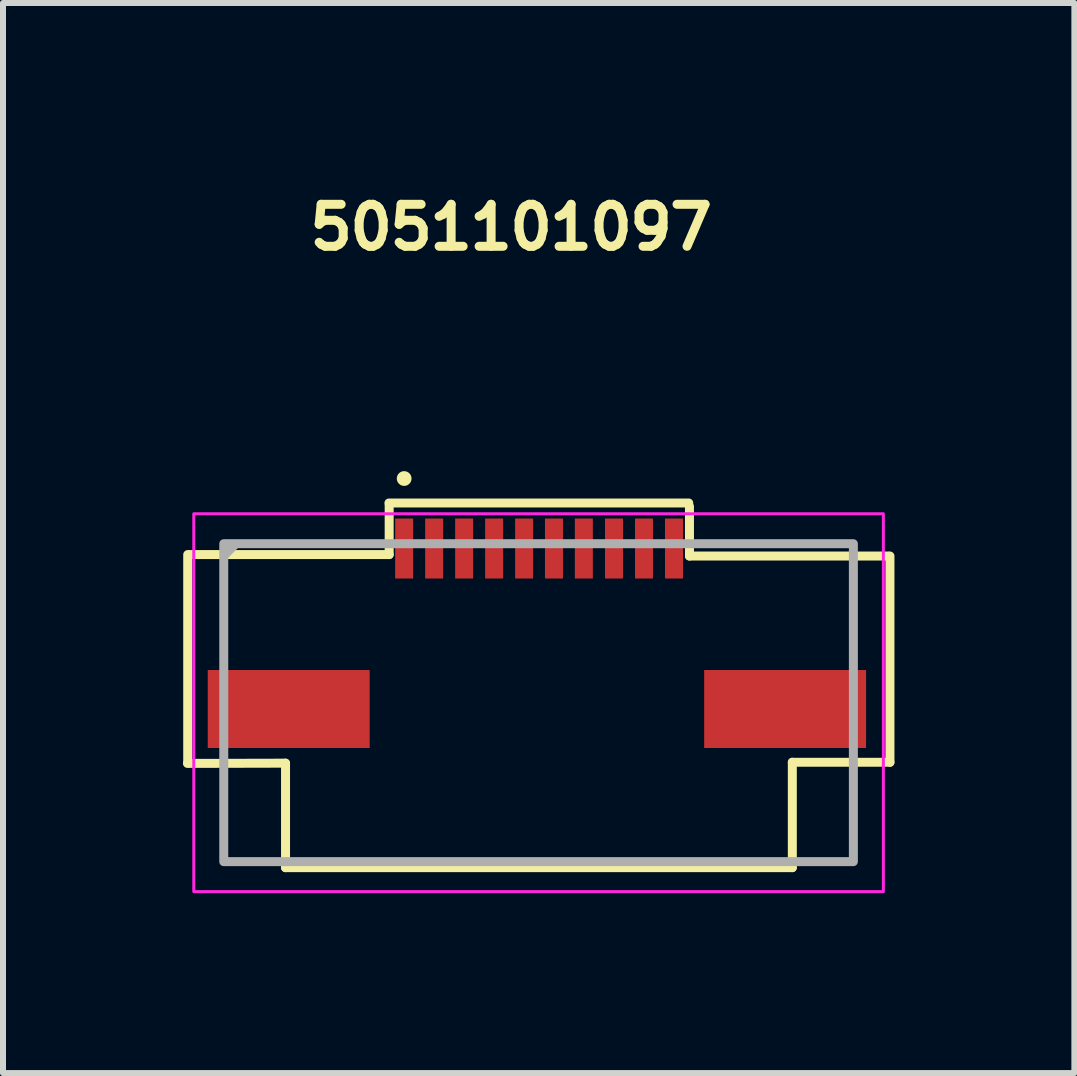
<source format=kicad_pcb>
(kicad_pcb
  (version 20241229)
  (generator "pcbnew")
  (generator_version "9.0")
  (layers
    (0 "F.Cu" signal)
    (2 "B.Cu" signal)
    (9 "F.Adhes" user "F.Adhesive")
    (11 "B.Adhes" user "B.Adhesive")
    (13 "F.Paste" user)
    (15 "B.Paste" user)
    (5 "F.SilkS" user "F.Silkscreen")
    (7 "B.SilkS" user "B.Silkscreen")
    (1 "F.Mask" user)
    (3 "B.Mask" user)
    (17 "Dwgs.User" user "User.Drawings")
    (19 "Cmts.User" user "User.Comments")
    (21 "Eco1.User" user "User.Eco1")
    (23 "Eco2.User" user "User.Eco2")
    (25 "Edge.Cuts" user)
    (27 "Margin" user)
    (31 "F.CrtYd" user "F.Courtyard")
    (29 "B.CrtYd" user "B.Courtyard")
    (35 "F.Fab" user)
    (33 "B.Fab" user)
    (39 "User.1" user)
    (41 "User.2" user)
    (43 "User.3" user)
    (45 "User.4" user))
  (footprint "5051101097"
    (layer "F.Cu")
    (at 5.931 8.668)
    (property "Reference" "5051101097" (at -3.891 -7.518 0) (layer "F.SilkS") (effects (font (size 0.7 0.7) (thickness 0.15)) (justify left bottom)))
    (attr smd)
    (fp_line (start -5.851 0.979) (end -5.851 -2.471) (stroke (width 0.15) (type solid)) (layer "F.SilkS"))
    (fp_line (start -5.821 -2.471) (end -2.492 -2.471) (stroke (width 0.15) (type solid)) (layer "F.SilkS"))
    (fp_line (start -4.22 1.007) (end -5.856 1.011) (stroke (width 0.15) (type solid)) (layer "F.SilkS"))
    (fp_line (start -4.22 1.007) (end -4.22 2.749) (stroke (width 0.15) (type solid)) (layer "F.SilkS"))
    (fp_line (start -4.22 2.749) (end 4.23 2.749) (stroke (width 0.15) (type solid)) (layer "F.SilkS"))
    (fp_line (start -2.496 -3.331) (end 2.503 -3.331) (stroke (width 0.15) (type solid)) (layer "F.SilkS"))
    (fp_line (start -2.492 -2.471) (end -2.492 -3.294) (stroke (width 0.15) (type solid)) (layer "F.SilkS"))
    (fp_line (start 2.515 -2.447) (end 2.515 -3.274) (stroke (width 0.15) (type solid)) (layer "F.SilkS"))
    (fp_line (start 4.23 0.992) (end 4.23 2.749) (stroke (width 0.15) (type solid)) (layer "F.SilkS"))
    (fp_line (start 5.826 -2.447) (end 2.515 -2.447) (stroke (width 0.15) (type solid)) (layer "F.SilkS"))
    (fp_line (start 5.858 0.992) (end 4.23 0.992) (stroke (width 0.15) (type solid)) (layer "F.SilkS"))
    (fp_line (start 5.858 0.992) (end 5.858 -2.447) (stroke (width 0.15) (type solid)) (layer "F.SilkS"))
    (fp_circle (center -2.242 -3.739) (end -2.194 -3.739) (stroke (width 0.15) (type solid)) (fill yes) (layer "F.SilkS"))
    (fp_rect (start -5.75 -3.152) (end 5.748 3.149) (stroke (width 0.05) (type solid)) (fill no) (layer "F.CrtYd"))
    (fp_line (start -5.225 -2.475) (end -5.075 -2.625) (stroke (width 0.15) (type solid)) (layer "F.Fab"))
    (fp_rect (start -5.25 -2.652) (end 5.248 2.649) (stroke (width 0.15) (type solid)) (fill no) (layer "F.Fab"))
    (fp_rect (start -5.25 -2.652) (end 5.248 2.649) (stroke (width 0.1) (type solid)) (fill no) (layer "User.5"))
    (fp_line (start -5.25 -0.019) (end -5.25 -0.01) (stroke (width 0.02) (type solid)) (layer "User.9"))
    (fp_line (start -5.25 -0.01) (end -5.25 0.001) (stroke (width 0.02) (type solid)) (layer "User.9"))
    (fp_line (start -5.25 0.498) (end -5.25 0.001) (stroke (width 0.02) (type solid)) (layer "User.9"))
    (fp_line (start -5.25 0.498) (end -5.25 0.508) (stroke (width 0.02) (type solid)) (layer "User.9"))
    (fp_line (start -5.25 0.508) (end -5.25 0.52) (stroke (width 0.02) (type solid)) (layer "User.9"))
    (fp_line (start -5.25 0.52) (end -5.249 0.53) (stroke (width 0.02) (type solid)) (layer "User.9"))
    (fp_line (start -5.249 -0.03) (end -5.25 -0.019) (stroke (width 0.02) (type solid)) (layer "User.9"))
    (fp_line (start -5.249 0.53) (end -5.247 0.54) (stroke (width 0.02) (type solid)) (layer "User.9"))
    (fp_line (start -5.247 -0.039) (end -5.249 -0.03) (stroke (width 0.02) (type solid)) (layer "User.9"))
    (fp_line (start -5.247 0.54) (end -5.244 0.549) (stroke (width 0.02) (type solid)) (layer "User.9"))
    (fp_line (start -5.244 -0.05) (end -5.247 -0.039) (stroke (width 0.02) (type solid)) (layer "User.9"))
    (fp_line (start -5.244 0.549) (end -5.242 0.559) (stroke (width 0.02) (type solid)) (layer "User.9"))
    (fp_line (start -5.242 -0.06) (end -5.244 -0.05) (stroke (width 0.02) (type solid)) (layer "User.9"))
    (fp_line (start -5.242 0.559) (end -5.239 0.568) (stroke (width 0.02) (type solid)) (layer "User.9"))
    (fp_line (start -5.239 -0.069) (end -5.242 -0.06) (stroke (width 0.02) (type solid)) (layer "User.9"))
    (fp_line (start -5.239 0.568) (end -5.236 0.576) (stroke (width 0.02) (type solid)) (layer "User.9"))
    (fp_line (start -5.236 -0.076) (end -5.239 -0.069) (stroke (width 0.02) (type solid)) (layer "User.9"))
    (fp_line (start -5.236 0.576) (end -5.231 0.584) (stroke (width 0.02) (type solid)) (layer "User.9"))
    (fp_line (start -5.231 -0.087) (end -5.236 -0.076) (stroke (width 0.02) (type solid)) (layer "User.9"))
    (fp_line (start -5.231 0.584) (end -5.228 0.593) (stroke (width 0.02) (type solid)) (layer "User.9"))
    (fp_line (start -5.228 -0.094) (end -5.231 -0.087) (stroke (width 0.02) (type solid)) (layer "User.9"))
    (fp_line (start -5.228 0.593) (end -5.223 0.601) (stroke (width 0.02) (type solid)) (layer "User.9"))
    (fp_line (start -5.223 -0.104) (end -5.228 -0.094) (stroke (width 0.02) (type solid)) (layer "User.9"))
    (fp_line (start -5.223 0.601) (end -5.218 0.609) (stroke (width 0.02) (type solid)) (layer "User.9"))
    (fp_line (start -5.218 -0.11) (end -5.223 -0.104) (stroke (width 0.02) (type solid)) (layer "User.9"))
    (fp_line (start -5.218 0.609) (end -5.212 0.617) (stroke (width 0.02) (type solid)) (layer "User.9"))
    (fp_line (start -5.212 -0.12) (end -5.218 -0.11) (stroke (width 0.02) (type solid)) (layer "User.9"))
    (fp_line (start -5.212 0.617) (end -5.205 0.625) (stroke (width 0.02) (type solid)) (layer "User.9"))
    (fp_line (start -5.205 -0.126) (end -5.212 -0.12) (stroke (width 0.02) (type solid)) (layer "User.9"))
    (fp_line (start -5.205 0.625) (end -5.199 0.633) (stroke (width 0.02) (type solid)) (layer "User.9"))
    (fp_line (start -5.199 -0.136) (end -5.205 -0.126) (stroke (width 0.02) (type solid)) (layer "User.9"))
    (fp_line (start -5.199 0.633) (end -5.194 0.642) (stroke (width 0.02) (type solid)) (layer "User.9"))
    (fp_line (start -5.194 -0.143) (end -5.199 -0.136) (stroke (width 0.02) (type solid)) (layer "User.9"))
    (fp_line (start -5.194 -0.143) (end -5.194 -0.143) (stroke (width 0.02) (type solid)) (layer "User.9"))
    (fp_line (start -5.194 0.642) (end -5.194 0.642) (stroke (width 0.02) (type solid)) (layer "User.9"))
    (fp_line (start -5.194 0.642) (end -5.186 0.649) (stroke (width 0.02) (type solid)) (layer "User.9"))
    (fp_line (start -5.186 -0.148) (end -5.194 -0.143) (stroke (width 0.02) (type solid)) (layer "User.9"))
    (fp_line (start -5.186 0.649) (end -5.178 0.655) (stroke (width 0.02) (type solid)) (layer "User.9"))
    (fp_line (start -5.178 -0.154) (end -5.186 -0.148) (stroke (width 0.02) (type solid)) (layer "User.9"))
    (fp_line (start -5.178 0.655) (end -5.17 0.661) (stroke (width 0.02) (type solid)) (layer "User.9"))
    (fp_line (start -5.17 -0.162) (end -5.178 -0.154) (stroke (width 0.02) (type solid)) (layer "User.9"))
    (fp_line (start -5.17 0.661) (end -5.162 0.667) (stroke (width 0.02) (type solid)) (layer "User.9"))
    (fp_line (start -5.162 -0.168) (end -5.17 -0.162) (stroke (width 0.02) (type solid)) (layer "User.9"))
    (fp_line (start -5.162 0.667) (end -5.154 0.672) (stroke (width 0.02) (type solid)) (layer "User.9"))
    (fp_line (start -5.154 -0.173) (end -5.162 -0.168) (stroke (width 0.02) (type solid)) (layer "User.9"))
    (fp_line (start -5.154 0.672) (end -5.146 0.677) (stroke (width 0.02) (type solid)) (layer "User.9"))
    (fp_line (start -5.146 -0.176) (end -5.154 -0.173) (stroke (width 0.02) (type solid)) (layer "User.9"))
    (fp_line (start -5.146 0.677) (end -5.137 0.681) (stroke (width 0.02) (type solid)) (layer "User.9"))
    (fp_line (start -5.137 -0.18) (end -5.146 -0.176) (stroke (width 0.02) (type solid)) (layer "User.9"))
    (fp_line (start -5.137 0.681) (end -5.127 0.685) (stroke (width 0.02) (type solid)) (layer "User.9"))
    (fp_line (start -5.127 -0.184) (end -5.137 -0.18) (stroke (width 0.02) (type solid)) (layer "User.9"))
    (fp_line (start -5.127 0.685) (end -5.119 0.689) (stroke (width 0.02) (type solid)) (layer "User.9"))
    (fp_line (start -5.119 -0.188) (end -5.127 -0.184) (stroke (width 0.02) (type solid)) (layer "User.9"))
    (fp_line (start -5.119 0.689) (end -5.109 0.692) (stroke (width 0.02) (type solid)) (layer "User.9"))
    (fp_line (start -5.109 -0.191) (end -5.119 -0.188) (stroke (width 0.02) (type solid)) (layer "User.9"))
    (fp_line (start -5.109 0.692) (end -5.101 0.694) (stroke (width 0.02) (type solid)) (layer "User.9"))
    (fp_line (start -5.101 -0.195) (end -5.109 -0.191) (stroke (width 0.02) (type solid)) (layer "User.9"))
    (fp_line (start -5.101 0.694) (end -5.09 0.697) (stroke (width 0.02) (type solid)) (layer "User.9"))
    (fp_line (start -5.09 -0.198) (end -5.101 -0.195) (stroke (width 0.02) (type solid)) (layer "User.9"))
    (fp_line (start -5.09 0.697) (end -5.08 0.698) (stroke (width 0.02) (type solid)) (layer "User.9"))
    (fp_line (start -5.08 -0.199) (end -5.09 -0.198) (stroke (width 0.02) (type solid)) (layer "User.9"))
    (fp_line (start -5.08 0.698) (end -5.071 0.7) (stroke (width 0.02) (type solid)) (layer "User.9"))
    (fp_line (start -5.071 -0.201) (end -5.08 -0.199) (stroke (width 0.02) (type solid)) (layer "User.9"))
    (fp_line (start -5.071 0.7) (end -5.061 0.7) (stroke (width 0.02) (type solid)) (layer "User.9"))
    (fp_line (start -5.061 -0.201) (end -5.071 -0.201) (stroke (width 0.02) (type solid)) (layer "User.9"))
    (fp_line (start -5.061 0.7) (end -5.05 0.7) (stroke (width 0.02) (type solid)) (layer "User.9"))
    (fp_line (start -5.05 -0.202) (end -5.061 -0.201) (stroke (width 0.02) (type solid)) (layer "User.9"))
    (fp_line (start -4.851 -2.601) (end -4.851 -2.25) (stroke (width 0.02) (type solid)) (layer "User.9"))
    (fp_line (start -4.851 -2.25) (end -4.851 1.348) (stroke (width 0.02) (type solid)) (layer "User.9"))
    (fp_line (start -4.851 -0.202) (end -5.05 -0.202) (stroke (width 0.02) (type solid)) (layer "User.9"))
    (fp_line (start -4.851 0.7) (end -5.05 0.7) (stroke (width 0.02) (type solid)) (layer "User.9"))
    (fp_line (start -4.851 1.348) (end -4.202 1.348) (stroke (width 0.02) (type solid)) (layer "User.9"))
    (fp_line (start -4.3 -2.601) (end -4.851 -2.601) (stroke (width 0.02) (type solid)) (layer "User.9"))
    (fp_line (start -4.3 -2.25) (end -4.3 -2.601) (stroke (width 0.02) (type solid)) (layer "User.9"))
    (fp_line (start -4.202 -0.629) (end -2.786 -0.629) (stroke (width 0.02) (type solid)) (layer "User.9"))
    (fp_line (start -4.202 -0.329) (end -4.053 -0.372) (stroke (width 0.02) (type solid)) (layer "User.9"))
    (fp_line (start -4.202 1.348) (end -4.202 -0.832) (stroke (width 0.02) (type solid)) (layer "User.9"))
    (fp_line (start -4.13 -0.24) (end -4.202 -0.261) (stroke (width 0.02) (type solid)) (layer "User.9"))
    (fp_line (start -4.13 -0.163) (end -4.13 -0.24) (stroke (width 0.02) (type solid)) (layer "User.9"))
    (fp_line (start -4.13 0.013) (end -4.13 -0.163) (stroke (width 0.02) (type solid)) (layer "User.9"))
    (fp_line (start -4.13 1.3) (end -4.202 1.3) (stroke (width 0.02) (type solid)) (layer "User.9"))
    (fp_line (start -4.13 1.3) (end -4.13 0.013) (stroke (width 0.02) (type solid)) (layer "User.9"))
    (fp_line (start -4.13 1.3) (end -4.053 1.3) (stroke (width 0.02) (type solid)) (layer "User.9"))
    (fp_line (start -4.053 -0.476) (end -4.053 -0.465) (stroke (width 0.02) (type solid)) (layer "User.9"))
    (fp_line (start -4.053 -0.475) (end -4.053 -0.476) (stroke (width 0.02) (type solid)) (layer "User.9"))
    (fp_line (start -4.053 -0.465) (end -4.053 -0.372) (stroke (width 0.02) (type solid)) (layer "User.9"))
    (fp_line (start -4.053 1.348) (end -4.202 1.348) (stroke (width 0.02) (type solid)) (layer "User.9"))
    (fp_line (start -4.053 1.348) (end -4.053 1.3) (stroke (width 0.02) (type solid)) (layer "User.9"))
    (fp_line (start -4.053 2.548) (end -4.053 1.3) (stroke (width 0.02) (type solid)) (layer "User.9"))
    (fp_line (start -4.053 2.548) (end -2.702 2.548) (stroke (width 0.02) (type solid)) (layer "User.9"))
    (fp_line (start -2.786 -0.688) (end -2.786 -0.629) (stroke (width 0.02) (type solid)) (layer "User.9"))
    (fp_line (start -2.786 -0.476) (end -2.786 -0.629) (stroke (width 0.02) (type solid)) (layer "User.9"))
    (fp_line (start -2.702 2.649) (end -2.702 2.548) (stroke (width 0.02) (type solid)) (layer "User.9"))
    (fp_line (start -2.702 2.649) (end 2.697 2.649) (stroke (width 0.02) (type solid)) (layer "User.9"))
    (fp_line (start -2.355 -0.832) (end -2.355 -0.688) (stroke (width 0.02) (type solid)) (layer "User.9"))
    (fp_line (start -2.355 -0.688) (end -2.786 -0.688) (stroke (width 0.02) (type solid)) (layer "User.9"))
    (fp_line (start -2.355 -0.476) (end -4.053 -0.476) (stroke (width 0.02) (type solid)) (layer "User.9"))
    (fp_line (start -2.355 -0.476) (end -2.355 -0.465) (stroke (width 0.02) (type solid)) (layer "User.9"))
    (fp_line (start -2.355 -0.465) (end -2.355 -0.163) (stroke (width 0.02) (type solid)) (layer "User.9"))
    (fp_line (start -2.355 -0.352) (end -2.327 -0.352) (stroke (width 0.02) (type solid)) (layer "User.9"))
    (fp_line (start -2.355 -0.163) (end -2.355 0.013) (stroke (width 0.02) (type solid)) (layer "User.9"))
    (fp_line (start -2.355 0.013) (end -2.355 0.35) (stroke (width 0.02) (type solid)) (layer "User.9"))
    (fp_line (start -2.355 0.05) (end -2.327 0.05) (stroke (width 0.02) (type solid)) (layer "User.9"))
    (fp_line (start -2.355 0.298) (end -2.327 0.298) (stroke (width 0.02) (type solid)) (layer "User.9"))
    (fp_line (start -2.327 -2.5) (end -2.327 -2.652) (stroke (width 0.02) (type solid)) (layer "User.9"))
    (fp_line (start -2.327 -2.25) (end -2.327 -2.5) (stroke (width 0.02) (type solid)) (layer "User.9"))
    (fp_line (start -2.327 -0.042) (end -2.327 -0.832) (stroke (width 0.02) (type solid)) (layer "User.9"))
    (fp_line (start -2.327 0.173) (end -2.327 -0.042) (stroke (width 0.02) (type solid)) (layer "User.9"))
    (fp_line (start -2.327 0.173) (end -2.327 0.173) (stroke (width 0.02) (type solid)) (layer "User.9"))
    (fp_line (start -2.327 0.261) (end -2.327 0.173) (stroke (width 0.02) (type solid)) (layer "User.9"))
    (fp_line (start -2.327 0.261) (end -2.178 0.261) (stroke (width 0.02) (type solid)) (layer "User.9"))
    (fp_line (start -2.327 0.35) (end -2.327 0.261) (stroke (width 0.02) (type solid)) (layer "User.9"))
    (fp_line (start -2.178 -2.652) (end -2.327 -2.652) (stroke (width 0.02) (type solid)) (layer "User.9"))
    (fp_line (start -2.178 -2.5) (end -2.327 -2.5) (stroke (width 0.02) (type solid)) (layer "User.9"))
    (fp_line (start -2.178 -2.5) (end -2.178 -2.652) (stroke (width 0.02) (type solid)) (layer "User.9"))
    (fp_line (start -2.178 -2.25) (end -2.178 -2.5) (stroke (width 0.02) (type solid)) (layer "User.9"))
    (fp_line (start -2.178 -0.352) (end -2.145 -0.352) (stroke (width 0.02) (type solid)) (layer "User.9"))
    (fp_line (start -2.178 -0.042) (end -2.178 -0.832) (stroke (width 0.02) (type solid)) (layer "User.9"))
    (fp_line (start -2.178 0.05) (end -2.145 0.05) (stroke (width 0.02) (type solid)) (layer "User.9"))
    (fp_line (start -2.178 0.173) (end -2.178 -0.042) (stroke (width 0.02) (type solid)) (layer "User.9"))
    (fp_line (start -2.178 0.173) (end -2.178 0.173) (stroke (width 0.02) (type solid)) (layer "User.9"))
    (fp_line (start -2.178 0.261) (end -2.178 0.173) (stroke (width 0.02) (type solid)) (layer "User.9"))
    (fp_line (start -2.178 0.298) (end -2.145 0.298) (stroke (width 0.02) (type solid)) (layer "User.9"))
    (fp_line (start -2.178 0.35) (end -2.178 0.261) (stroke (width 0.02) (type solid)) (layer "User.9"))
    (fp_line (start -2.145 -0.832) (end -2.145 -0.688) (stroke (width 0.02) (type solid)) (layer "User.9"))
    (fp_line (start -2.145 -0.476) (end -2.145 -0.465) (stroke (width 0.02) (type solid)) (layer "User.9"))
    (fp_line (start -2.145 -0.465) (end -2.145 -0.163) (stroke (width 0.02) (type solid)) (layer "User.9"))
    (fp_line (start -2.145 -0.163) (end -2.145 0.013) (stroke (width 0.02) (type solid)) (layer "User.9"))
    (fp_line (start -2.145 0.013) (end -2.145 0.35) (stroke (width 0.02) (type solid)) (layer "User.9"))
    (fp_line (start -2.145 0.35) (end -2.355 0.35) (stroke (width 0.02) (type solid)) (layer "User.9"))
    (fp_line (start -1.857 -0.832) (end -1.857 -0.688) (stroke (width 0.02) (type solid)) (layer "User.9"))
    (fp_line (start -1.857 -0.688) (end -2.145 -0.688) (stroke (width 0.02) (type solid)) (layer "User.9"))
    (fp_line (start -1.857 -0.476) (end -2.145 -0.476) (stroke (width 0.02) (type solid)) (layer "User.9"))
    (fp_line (start -1.857 -0.476) (end -1.857 -0.465) (stroke (width 0.02) (type solid)) (layer "User.9"))
    (fp_line (start -1.857 -0.465) (end -1.857 -0.163) (stroke (width 0.02) (type solid)) (layer "User.9"))
    (fp_line (start -1.857 -0.352) (end -1.827 -0.352) (stroke (width 0.02) (type solid)) (layer "User.9"))
    (fp_line (start -1.857 -0.163) (end -1.857 0.013) (stroke (width 0.02) (type solid)) (layer "User.9"))
    (fp_line (start -1.857 0.013) (end -1.857 0.35) (stroke (width 0.02) (type solid)) (layer "User.9"))
    (fp_line (start -1.857 0.05) (end -1.827 0.05) (stroke (width 0.02) (type solid)) (layer "User.9"))
    (fp_line (start -1.857 0.298) (end -1.827 0.298) (stroke (width 0.02) (type solid)) (layer "User.9"))
    (fp_line (start -1.827 -2.5) (end -1.827 -2.652) (stroke (width 0.02) (type solid)) (layer "User.9"))
    (fp_line (start -1.827 -2.25) (end -1.827 -2.5) (stroke (width 0.02) (type solid)) (layer "User.9"))
    (fp_line (start -1.827 -0.042) (end -1.827 -0.832) (stroke (width 0.02) (type solid)) (layer "User.9"))
    (fp_line (start -1.827 0.173) (end -1.827 -0.042) (stroke (width 0.02) (type solid)) (layer "User.9"))
    (fp_line (start -1.827 0.173) (end -1.827 0.173) (stroke (width 0.02) (type solid)) (layer "User.9"))
    (fp_line (start -1.827 0.261) (end -1.827 0.173) (stroke (width 0.02) (type solid)) (layer "User.9"))
    (fp_line (start -1.827 0.261) (end -1.676 0.261) (stroke (width 0.02) (type solid)) (layer "User.9"))
    (fp_line (start -1.827 0.35) (end -1.827 0.261) (stroke (width 0.02) (type solid)) (layer "User.9"))
    (fp_line (start -1.676 -2.652) (end -1.827 -2.652) (stroke (width 0.02) (type solid)) (layer "User.9"))
    (fp_line (start -1.676 -2.5) (end -1.827 -2.5) (stroke (width 0.02) (type solid)) (layer "User.9"))
    (fp_line (start -1.676 -2.5) (end -1.676 -2.652) (stroke (width 0.02) (type solid)) (layer "User.9"))
    (fp_line (start -1.676 -2.25) (end -1.676 -2.5) (stroke (width 0.02) (type solid)) (layer "User.9"))
    (fp_line (start -1.676 -0.352) (end -1.645 -0.352) (stroke (width 0.02) (type solid)) (layer "User.9"))
    (fp_line (start -1.676 -0.042) (end -1.676 -0.832) (stroke (width 0.02) (type solid)) (layer "User.9"))
    (fp_line (start -1.676 0.05) (end -1.645 0.05) (stroke (width 0.02) (type solid)) (layer "User.9"))
    (fp_line (start -1.676 0.173) (end -1.676 -0.042) (stroke (width 0.02) (type solid)) (layer "User.9"))
    (fp_line (start -1.676 0.173) (end -1.676 0.173) (stroke (width 0.02) (type solid)) (layer "User.9"))
    (fp_line (start -1.676 0.261) (end -1.676 0.173) (stroke (width 0.02) (type solid)) (layer "User.9"))
    (fp_line (start -1.676 0.298) (end -1.645 0.298) (stroke (width 0.02) (type solid)) (layer "User.9"))
    (fp_line (start -1.676 0.35) (end -1.676 0.261) (stroke (width 0.02) (type solid)) (layer "User.9"))
    (fp_line (start -1.645 -0.832) (end -1.645 -0.688) (stroke (width 0.02) (type solid)) (layer "User.9"))
    (fp_line (start -1.645 -0.476) (end -1.645 -0.465) (stroke (width 0.02) (type solid)) (layer "User.9"))
    (fp_line (start -1.645 -0.465) (end -1.645 -0.163) (stroke (width 0.02) (type solid)) (layer "User.9"))
    (fp_line (start -1.645 -0.163) (end -1.645 0.013) (stroke (width 0.02) (type solid)) (layer "User.9"))
    (fp_line (start -1.645 0.013) (end -1.645 0.35) (stroke (width 0.02) (type solid)) (layer "User.9"))
    (fp_line (start -1.645 0.35) (end -1.857 0.35) (stroke (width 0.02) (type solid)) (layer "User.9"))
    (fp_line (start -1.357 -0.832) (end -1.357 -0.688) (stroke (width 0.02) (type solid)) (layer "User.9"))
    (fp_line (start -1.357 -0.688) (end -1.645 -0.688) (stroke (width 0.02) (type solid)) (layer "User.9"))
    (fp_line (start -1.357 -0.476) (end -1.645 -0.476) (stroke (width 0.02) (type solid)) (layer "User.9"))
    (fp_line (start -1.357 -0.476) (end -1.357 -0.465) (stroke (width 0.02) (type solid)) (layer "User.9"))
    (fp_line (start -1.357 -0.465) (end -1.357 -0.163) (stroke (width 0.02) (type solid)) (layer "User.9"))
    (fp_line (start -1.357 -0.352) (end -1.327 -0.352) (stroke (width 0.02) (type solid)) (layer "User.9"))
    (fp_line (start -1.357 -0.163) (end -1.357 0.013) (stroke (width 0.02) (type solid)) (layer "User.9"))
    (fp_line (start -1.357 0.013) (end -1.357 0.35) (stroke (width 0.02) (type solid)) (layer "User.9"))
    (fp_line (start -1.357 0.05) (end -1.327 0.05) (stroke (width 0.02) (type solid)) (layer "User.9"))
    (fp_line (start -1.357 0.298) (end -1.327 0.298) (stroke (width 0.02) (type solid)) (layer "User.9"))
    (fp_line (start -1.327 -2.5) (end -1.327 -2.652) (stroke (width 0.02) (type solid)) (layer "User.9"))
    (fp_line (start -1.327 -2.25) (end -1.327 -2.5) (stroke (width 0.02) (type solid)) (layer "User.9"))
    (fp_line (start -1.327 -0.042) (end -1.327 -0.832) (stroke (width 0.02) (type solid)) (layer "User.9"))
    (fp_line (start -1.327 0.173) (end -1.327 -0.042) (stroke (width 0.02) (type solid)) (layer "User.9"))
    (fp_line (start -1.327 0.173) (end -1.327 0.173) (stroke (width 0.02) (type solid)) (layer "User.9"))
    (fp_line (start -1.327 0.261) (end -1.327 0.173) (stroke (width 0.02) (type solid)) (layer "User.9"))
    (fp_line (start -1.327 0.261) (end -1.176 0.261) (stroke (width 0.02) (type solid)) (layer "User.9"))
    (fp_line (start -1.327 0.35) (end -1.327 0.261) (stroke (width 0.02) (type solid)) (layer "User.9"))
    (fp_line (start -1.176 -2.652) (end -1.327 -2.652) (stroke (width 0.02) (type solid)) (layer "User.9"))
    (fp_line (start -1.176 -2.5) (end -1.327 -2.5) (stroke (width 0.02) (type solid)) (layer "User.9"))
    (fp_line (start -1.176 -2.5) (end -1.176 -2.652) (stroke (width 0.02) (type solid)) (layer "User.9"))
    (fp_line (start -1.176 -2.25) (end -1.176 -2.5) (stroke (width 0.02) (type solid)) (layer "User.9"))
    (fp_line (start -1.176 -0.352) (end -1.145 -0.352) (stroke (width 0.02) (type solid)) (layer "User.9"))
    (fp_line (start -1.176 -0.042) (end -1.176 -0.832) (stroke (width 0.02) (type solid)) (layer "User.9"))
    (fp_line (start -1.176 0.05) (end -1.145 0.05) (stroke (width 0.02) (type solid)) (layer "User.9"))
    (fp_line (start -1.176 0.173) (end -1.176 -0.042) (stroke (width 0.02) (type solid)) (layer "User.9"))
    (fp_line (start -1.176 0.173) (end -1.176 0.173) (stroke (width 0.02) (type solid)) (layer "User.9"))
    (fp_line (start -1.176 0.261) (end -1.176 0.173) (stroke (width 0.02) (type solid)) (layer "User.9"))
    (fp_line (start -1.176 0.298) (end -1.145 0.298) (stroke (width 0.02) (type solid)) (layer "User.9"))
    (fp_line (start -1.176 0.35) (end -1.176 0.261) (stroke (width 0.02) (type solid)) (layer "User.9"))
    (fp_line (start -1.145 -0.832) (end -1.145 -0.688) (stroke (width 0.02) (type solid)) (layer "User.9"))
    (fp_line (start -1.145 -0.476) (end -1.145 -0.465) (stroke (width 0.02) (type solid)) (layer "User.9"))
    (fp_line (start -1.145 -0.465) (end -1.145 -0.163) (stroke (width 0.02) (type solid)) (layer "User.9"))
    (fp_line (start -1.145 -0.163) (end -1.145 0.013) (stroke (width 0.02) (type solid)) (layer "User.9"))
    (fp_line (start -1.145 0.013) (end -1.145 0.35) (stroke (width 0.02) (type solid)) (layer "User.9"))
    (fp_line (start -1.145 0.35) (end -1.357 0.35) (stroke (width 0.02) (type solid)) (layer "User.9"))
    (fp_line (start -0.856 -0.832) (end -0.856 -0.688) (stroke (width 0.02) (type solid)) (layer "User.9"))
    (fp_line (start -0.856 -0.688) (end -1.145 -0.688) (stroke (width 0.02) (type solid)) (layer "User.9"))
    (fp_line (start -0.856 -0.476) (end -1.145 -0.476) (stroke (width 0.02) (type solid)) (layer "User.9"))
    (fp_line (start -0.856 -0.476) (end -0.856 -0.465) (stroke (width 0.02) (type solid)) (layer "User.9"))
    (fp_line (start -0.856 -0.465) (end -0.856 -0.163) (stroke (width 0.02) (type solid)) (layer "User.9"))
    (fp_line (start -0.856 -0.352) (end -0.828 -0.352) (stroke (width 0.02) (type solid)) (layer "User.9"))
    (fp_line (start -0.856 -0.163) (end -0.856 0.013) (stroke (width 0.02) (type solid)) (layer "User.9"))
    (fp_line (start -0.856 0.013) (end -0.856 0.35) (stroke (width 0.02) (type solid)) (layer "User.9"))
    (fp_line (start -0.856 0.05) (end -0.828 0.05) (stroke (width 0.02) (type solid)) (layer "User.9"))
    (fp_line (start -0.856 0.298) (end -0.828 0.298) (stroke (width 0.02) (type solid)) (layer "User.9"))
    (fp_line (start -0.828 -2.5) (end -0.828 -2.652) (stroke (width 0.02) (type solid)) (layer "User.9"))
    (fp_line (start -0.828 -2.25) (end -0.828 -2.5) (stroke (width 0.02) (type solid)) (layer "User.9"))
    (fp_line (start -0.828 -0.042) (end -0.828 -0.832) (stroke (width 0.02) (type solid)) (layer "User.9"))
    (fp_line (start -0.828 0.173) (end -0.828 -0.042) (stroke (width 0.02) (type solid)) (layer "User.9"))
    (fp_line (start -0.828 0.173) (end -0.828 0.173) (stroke (width 0.02) (type solid)) (layer "User.9"))
    (fp_line (start -0.828 0.261) (end -0.828 0.173) (stroke (width 0.02) (type solid)) (layer "User.9"))
    (fp_line (start -0.828 0.261) (end -0.678 0.261) (stroke (width 0.02) (type solid)) (layer "User.9"))
    (fp_line (start -0.828 0.35) (end -0.828 0.261) (stroke (width 0.02) (type solid)) (layer "User.9"))
    (fp_line (start -0.678 -2.652) (end -0.828 -2.652) (stroke (width 0.02) (type solid)) (layer "User.9"))
    (fp_line (start -0.678 -2.5) (end -0.828 -2.5) (stroke (width 0.02) (type solid)) (layer "User.9"))
    (fp_line (start -0.678 -2.5) (end -0.678 -2.652) (stroke (width 0.02) (type solid)) (layer "User.9"))
    (fp_line (start -0.678 -2.25) (end -0.678 -2.5) (stroke (width 0.02) (type solid)) (layer "User.9"))
    (fp_line (start -0.678 -0.352) (end -0.648 -0.352) (stroke (width 0.02) (type solid)) (layer "User.9"))
    (fp_line (start -0.678 -0.042) (end -0.678 -0.832) (stroke (width 0.02) (type solid)) (layer "User.9"))
    (fp_line (start -0.678 0.05) (end -0.648 0.05) (stroke (width 0.02) (type solid)) (layer "User.9"))
    (fp_line (start -0.678 0.173) (end -0.678 -0.042) (stroke (width 0.02) (type solid)) (layer "User.9"))
    (fp_line (start -0.678 0.173) (end -0.678 0.173) (stroke (width 0.02) (type solid)) (layer "User.9"))
    (fp_line (start -0.678 0.261) (end -0.678 0.173) (stroke (width 0.02) (type solid)) (layer "User.9"))
    (fp_line (start -0.678 0.298) (end -0.648 0.298) (stroke (width 0.02) (type solid)) (layer "User.9"))
    (fp_line (start -0.678 0.35) (end -0.678 0.261) (stroke (width 0.02) (type solid)) (layer "User.9"))
    (fp_line (start -0.648 -0.832) (end -0.648 -0.688) (stroke (width 0.02) (type solid)) (layer "User.9"))
    (fp_line (start -0.648 -0.476) (end -0.648 -0.465) (stroke (width 0.02) (type solid)) (layer "User.9"))
    (fp_line (start -0.648 -0.465) (end -0.648 -0.163) (stroke (width 0.02) (type solid)) (layer "User.9"))
    (fp_line (start -0.648 -0.163) (end -0.648 0.013) (stroke (width 0.02) (type solid)) (layer "User.9"))
    (fp_line (start -0.648 0.013) (end -0.648 0.35) (stroke (width 0.02) (type solid)) (layer "User.9"))
    (fp_line (start -0.648 0.35) (end -0.856 0.35) (stroke (width 0.02) (type solid)) (layer "User.9"))
    (fp_line (start -0.356 -0.832) (end -0.356 -0.688) (stroke (width 0.02) (type solid)) (layer "User.9"))
    (fp_line (start -0.356 -0.688) (end -0.648 -0.688) (stroke (width 0.02) (type solid)) (layer "User.9"))
    (fp_line (start -0.356 -0.476) (end -0.648 -0.476) (stroke (width 0.02) (type solid)) (layer "User.9"))
    (fp_line (start -0.356 -0.476) (end -0.356 -0.465) (stroke (width 0.02) (type solid)) (layer "User.9"))
    (fp_line (start -0.356 -0.465) (end -0.356 -0.163) (stroke (width 0.02) (type solid)) (layer "User.9"))
    (fp_line (start -0.356 -0.352) (end -0.328 -0.352) (stroke (width 0.02) (type solid)) (layer "User.9"))
    (fp_line (start -0.356 -0.163) (end -0.356 0.013) (stroke (width 0.02) (type solid)) (layer "User.9"))
    (fp_line (start -0.356 0.013) (end -0.356 0.35) (stroke (width 0.02) (type solid)) (layer "User.9"))
    (fp_line (start -0.356 0.05) (end -0.328 0.05) (stroke (width 0.02) (type solid)) (layer "User.9"))
    (fp_line (start -0.356 0.298) (end -0.328 0.298) (stroke (width 0.02) (type solid)) (layer "User.9"))
    (fp_line (start -0.328 -2.5) (end -0.328 -2.652) (stroke (width 0.02) (type solid)) (layer "User.9"))
    (fp_line (start -0.328 -2.25) (end -0.328 -2.5) (stroke (width 0.02) (type solid)) (layer "User.9"))
    (fp_line (start -0.328 -0.042) (end -0.328 -0.832) (stroke (width 0.02) (type solid)) (layer "User.9"))
    (fp_line (start -0.328 0.173) (end -0.328 -0.042) (stroke (width 0.02) (type solid)) (layer "User.9"))
    (fp_line (start -0.328 0.173) (end -0.328 0.173) (stroke (width 0.02) (type solid)) (layer "User.9"))
    (fp_line (start -0.328 0.261) (end -0.328 0.173) (stroke (width 0.02) (type solid)) (layer "User.9"))
    (fp_line (start -0.328 0.261) (end -0.176 0.261) (stroke (width 0.02) (type solid)) (layer "User.9"))
    (fp_line (start -0.328 0.35) (end -0.328 0.261) (stroke (width 0.02) (type solid)) (layer "User.9"))
    (fp_line (start -0.176 -2.652) (end -0.328 -2.652) (stroke (width 0.02) (type solid)) (layer "User.9"))
    (fp_line (start -0.176 -2.5) (end -0.328 -2.5) (stroke (width 0.02) (type solid)) (layer "User.9"))
    (fp_line (start -0.176 -2.5) (end -0.176 -2.652) (stroke (width 0.02) (type solid)) (layer "User.9"))
    (fp_line (start -0.176 -2.25) (end -0.176 -2.5) (stroke (width 0.02) (type solid)) (layer "User.9"))
    (fp_line (start -0.176 -0.352) (end -0.146 -0.352) (stroke (width 0.02) (type solid)) (layer "User.9"))
    (fp_line (start -0.176 -0.042) (end -0.176 -0.832) (stroke (width 0.02) (type solid)) (layer "User.9"))
    (fp_line (start -0.176 0.05) (end -0.146 0.05) (stroke (width 0.02) (type solid)) (layer "User.9"))
    (fp_line (start -0.176 0.173) (end -0.176 -0.042) (stroke (width 0.02) (type solid)) (layer "User.9"))
    (fp_line (start -0.176 0.173) (end -0.176 0.173) (stroke (width 0.02) (type solid)) (layer "User.9"))
    (fp_line (start -0.176 0.261) (end -0.176 0.173) (stroke (width 0.02) (type solid)) (layer "User.9"))
    (fp_line (start -0.176 0.298) (end -0.146 0.298) (stroke (width 0.02) (type solid)) (layer "User.9"))
    (fp_line (start -0.176 0.35) (end -0.176 0.261) (stroke (width 0.02) (type solid)) (layer "User.9"))
    (fp_line (start -0.146 -0.832) (end -0.146 -0.688) (stroke (width 0.02) (type solid)) (layer "User.9"))
    (fp_line (start -0.146 -0.476) (end -0.146 -0.465) (stroke (width 0.02) (type solid)) (layer "User.9"))
    (fp_line (start -0.146 -0.465) (end -0.146 -0.163) (stroke (width 0.02) (type solid)) (layer "User.9"))
    (fp_line (start -0.146 -0.163) (end -0.146 0.013) (stroke (width 0.02) (type solid)) (layer "User.9"))
    (fp_line (start -0.146 0.013) (end -0.146 0.35) (stroke (width 0.02) (type solid)) (layer "User.9"))
    (fp_line (start -0.146 0.35) (end -0.356 0.35) (stroke (width 0.02) (type solid)) (layer "User.9"))
    (fp_line (start 0.144 -0.832) (end 0.144 -0.688) (stroke (width 0.02) (type solid)) (layer "User.9"))
    (fp_line (start 0.144 -0.688) (end -0.146 -0.688) (stroke (width 0.02) (type solid)) (layer "User.9"))
    (fp_line (start 0.144 -0.476) (end -0.146 -0.476) (stroke (width 0.02) (type solid)) (layer "User.9"))
    (fp_line (start 0.144 -0.476) (end 0.144 -0.465) (stroke (width 0.02) (type solid)) (layer "User.9"))
    (fp_line (start 0.144 -0.465) (end 0.144 -0.163) (stroke (width 0.02) (type solid)) (layer "User.9"))
    (fp_line (start 0.144 -0.352) (end 0.174 -0.352) (stroke (width 0.02) (type solid)) (layer "User.9"))
    (fp_line (start 0.144 -0.163) (end 0.144 0.013) (stroke (width 0.02) (type solid)) (layer "User.9"))
    (fp_line (start 0.144 0.013) (end 0.144 0.35) (stroke (width 0.02) (type solid)) (layer "User.9"))
    (fp_line (start 0.144 0.05) (end 0.174 0.05) (stroke (width 0.02) (type solid)) (layer "User.9"))
    (fp_line (start 0.144 0.298) (end 0.174 0.298) (stroke (width 0.02) (type solid)) (layer "User.9"))
    (fp_line (start 0.174 -2.5) (end 0.174 -2.652) (stroke (width 0.02) (type solid)) (layer "User.9"))
    (fp_line (start 0.174 -2.25) (end 0.174 -2.5) (stroke (width 0.02) (type solid)) (layer "User.9"))
    (fp_line (start 0.174 -0.042) (end 0.174 -0.832) (stroke (width 0.02) (type solid)) (layer "User.9"))
    (fp_line (start 0.174 0.173) (end 0.174 -0.042) (stroke (width 0.02) (type solid)) (layer "User.9"))
    (fp_line (start 0.174 0.173) (end 0.174 0.173) (stroke (width 0.02) (type solid)) (layer "User.9"))
    (fp_line (start 0.174 0.261) (end 0.174 0.173) (stroke (width 0.02) (type solid)) (layer "User.9"))
    (fp_line (start 0.174 0.261) (end 0.324 0.261) (stroke (width 0.02) (type solid)) (layer "User.9"))
    (fp_line (start 0.174 0.35) (end 0.174 0.261) (stroke (width 0.02) (type solid)) (layer "User.9"))
    (fp_line (start 0.324 -2.652) (end 0.174 -2.652) (stroke (width 0.02) (type solid)) (layer "User.9"))
    (fp_line (start 0.324 -2.5) (end 0.174 -2.5) (stroke (width 0.02) (type solid)) (layer "User.9"))
    (fp_line (start 0.324 -2.5) (end 0.324 -2.652) (stroke (width 0.02) (type solid)) (layer "User.9"))
    (fp_line (start 0.324 -2.25) (end 0.324 -2.5) (stroke (width 0.02) (type solid)) (layer "User.9"))
    (fp_line (start 0.324 -0.352) (end 0.352 -0.352) (stroke (width 0.02) (type solid)) (layer "User.9"))
    (fp_line (start 0.324 -0.042) (end 0.324 -0.832) (stroke (width 0.02) (type solid)) (layer "User.9"))
    (fp_line (start 0.324 0.05) (end 0.352 0.05) (stroke (width 0.02) (type solid)) (layer "User.9"))
    (fp_line (start 0.324 0.173) (end 0.324 -0.042) (stroke (width 0.02) (type solid)) (layer "User.9"))
    (fp_line (start 0.324 0.173) (end 0.324 0.173) (stroke (width 0.02) (type solid)) (layer "User.9"))
    (fp_line (start 0.324 0.261) (end 0.324 0.173) (stroke (width 0.02) (type solid)) (layer "User.9"))
    (fp_line (start 0.324 0.298) (end 0.352 0.298) (stroke (width 0.02) (type solid)) (layer "User.9"))
    (fp_line (start 0.324 0.35) (end 0.324 0.261) (stroke (width 0.02) (type solid)) (layer "User.9"))
    (fp_line (start 0.352 -0.832) (end 0.352 -0.688) (stroke (width 0.02) (type solid)) (layer "User.9"))
    (fp_line (start 0.352 -0.476) (end 0.352 -0.465) (stroke (width 0.02) (type solid)) (layer "User.9"))
    (fp_line (start 0.352 -0.465) (end 0.352 -0.163) (stroke (width 0.02) (type solid)) (layer "User.9"))
    (fp_line (start 0.352 -0.163) (end 0.352 0.013) (stroke (width 0.02) (type solid)) (layer "User.9"))
    (fp_line (start 0.352 0.013) (end 0.352 0.35) (stroke (width 0.02) (type solid)) (layer "User.9"))
    (fp_line (start 0.352 0.35) (end 0.144 0.35) (stroke (width 0.02) (type solid)) (layer "User.9"))
    (fp_line (start 0.644 -0.832) (end 0.644 -0.688) (stroke (width 0.02) (type solid)) (layer "User.9"))
    (fp_line (start 0.644 -0.688) (end 0.352 -0.688) (stroke (width 0.02) (type solid)) (layer "User.9"))
    (fp_line (start 0.644 -0.476) (end 0.352 -0.476) (stroke (width 0.02) (type solid)) (layer "User.9"))
    (fp_line (start 0.644 -0.476) (end 0.644 -0.465) (stroke (width 0.02) (type solid)) (layer "User.9"))
    (fp_line (start 0.644 -0.465) (end 0.644 -0.163) (stroke (width 0.02) (type solid)) (layer "User.9"))
    (fp_line (start 0.644 -0.352) (end 0.674 -0.352) (stroke (width 0.02) (type solid)) (layer "User.9"))
    (fp_line (start 0.644 -0.163) (end 0.644 0.013) (stroke (width 0.02) (type solid)) (layer "User.9"))
    (fp_line (start 0.644 0.013) (end 0.644 0.35) (stroke (width 0.02) (type solid)) (layer "User.9"))
    (fp_line (start 0.644 0.05) (end 0.674 0.05) (stroke (width 0.02) (type solid)) (layer "User.9"))
    (fp_line (start 0.644 0.298) (end 0.674 0.298) (stroke (width 0.02) (type solid)) (layer "User.9"))
    (fp_line (start 0.674 -2.5) (end 0.674 -2.652) (stroke (width 0.02) (type solid)) (layer "User.9"))
    (fp_line (start 0.674 -2.25) (end 0.674 -2.5) (stroke (width 0.02) (type solid)) (layer "User.9"))
    (fp_line (start 0.674 -0.042) (end 0.674 -0.832) (stroke (width 0.02) (type solid)) (layer "User.9"))
    (fp_line (start 0.674 0.173) (end 0.674 -0.042) (stroke (width 0.02) (type solid)) (layer "User.9"))
    (fp_line (start 0.674 0.173) (end 0.674 0.173) (stroke (width 0.02) (type solid)) (layer "User.9"))
    (fp_line (start 0.674 0.261) (end 0.674 0.173) (stroke (width 0.02) (type solid)) (layer "User.9"))
    (fp_line (start 0.674 0.261) (end 0.824 0.261) (stroke (width 0.02) (type solid)) (layer "User.9"))
    (fp_line (start 0.674 0.35) (end 0.674 0.261) (stroke (width 0.02) (type solid)) (layer "User.9"))
    (fp_line (start 0.824 -2.652) (end 0.674 -2.652) (stroke (width 0.02) (type solid)) (layer "User.9"))
    (fp_line (start 0.824 -2.5) (end 0.674 -2.5) (stroke (width 0.02) (type solid)) (layer "User.9"))
    (fp_line (start 0.824 -2.5) (end 0.824 -2.652) (stroke (width 0.02) (type solid)) (layer "User.9"))
    (fp_line (start 0.824 -2.25) (end 0.824 -2.5) (stroke (width 0.02) (type solid)) (layer "User.9"))
    (fp_line (start 0.824 -0.352) (end 0.852 -0.352) (stroke (width 0.02) (type solid)) (layer "User.9"))
    (fp_line (start 0.824 -0.042) (end 0.824 -0.832) (stroke (width 0.02) (type solid)) (layer "User.9"))
    (fp_line (start 0.824 0.05) (end 0.852 0.05) (stroke (width 0.02) (type solid)) (layer "User.9"))
    (fp_line (start 0.824 0.173) (end 0.824 -0.042) (stroke (width 0.02) (type solid)) (layer "User.9"))
    (fp_line (start 0.824 0.173) (end 0.824 0.173) (stroke (width 0.02) (type solid)) (layer "User.9"))
    (fp_line (start 0.824 0.261) (end 0.824 0.173) (stroke (width 0.02) (type solid)) (layer "User.9"))
    (fp_line (start 0.824 0.298) (end 0.852 0.298) (stroke (width 0.02) (type solid)) (layer "User.9"))
    (fp_line (start 0.824 0.35) (end 0.824 0.261) (stroke (width 0.02) (type solid)) (layer "User.9"))
    (fp_line (start 0.852 -0.832) (end 0.852 -0.688) (stroke (width 0.02) (type solid)) (layer "User.9"))
    (fp_line (start 0.852 -0.476) (end 0.852 -0.465) (stroke (width 0.02) (type solid)) (layer "User.9"))
    (fp_line (start 0.852 -0.465) (end 0.852 -0.163) (stroke (width 0.02) (type solid)) (layer "User.9"))
    (fp_line (start 0.852 -0.163) (end 0.852 0.013) (stroke (width 0.02) (type solid)) (layer "User.9"))
    (fp_line (start 0.852 0.013) (end 0.852 0.35) (stroke (width 0.02) (type solid)) (layer "User.9"))
    (fp_line (start 0.852 0.35) (end 0.644 0.35) (stroke (width 0.02) (type solid)) (layer "User.9"))
    (fp_line (start 1.144 -0.832) (end 1.144 -0.688) (stroke (width 0.02) (type solid)) (layer "User.9"))
    (fp_line (start 1.144 -0.688) (end 0.852 -0.688) (stroke (width 0.02) (type solid)) (layer "User.9"))
    (fp_line (start 1.144 -0.476) (end 0.852 -0.476) (stroke (width 0.02) (type solid)) (layer "User.9"))
    (fp_line (start 1.144 -0.476) (end 1.144 -0.465) (stroke (width 0.02) (type solid)) (layer "User.9"))
    (fp_line (start 1.144 -0.465) (end 1.144 -0.163) (stroke (width 0.02) (type solid)) (layer "User.9"))
    (fp_line (start 1.144 -0.352) (end 1.173 -0.352) (stroke (width 0.02) (type solid)) (layer "User.9"))
    (fp_line (start 1.144 -0.163) (end 1.144 0.013) (stroke (width 0.02) (type solid)) (layer "User.9"))
    (fp_line (start 1.144 0.013) (end 1.144 0.35) (stroke (width 0.02) (type solid)) (layer "User.9"))
    (fp_line (start 1.144 0.05) (end 1.173 0.05) (stroke (width 0.02) (type solid)) (layer "User.9"))
    (fp_line (start 1.144 0.298) (end 1.173 0.298) (stroke (width 0.02) (type solid)) (layer "User.9"))
    (fp_line (start 1.173 -2.5) (end 1.173 -2.652) (stroke (width 0.02) (type solid)) (layer "User.9"))
    (fp_line (start 1.173 -2.25) (end 1.173 -2.5) (stroke (width 0.02) (type solid)) (layer "User.9"))
    (fp_line (start 1.173 -0.042) (end 1.173 -0.832) (stroke (width 0.02) (type solid)) (layer "User.9"))
    (fp_line (start 1.173 0.173) (end 1.173 -0.042) (stroke (width 0.02) (type solid)) (layer "User.9"))
    (fp_line (start 1.173 0.173) (end 1.173 0.173) (stroke (width 0.02) (type solid)) (layer "User.9"))
    (fp_line (start 1.173 0.261) (end 1.173 0.173) (stroke (width 0.02) (type solid)) (layer "User.9"))
    (fp_line (start 1.173 0.261) (end 1.324 0.261) (stroke (width 0.02) (type solid)) (layer "User.9"))
    (fp_line (start 1.173 0.35) (end 1.173 0.261) (stroke (width 0.02) (type solid)) (layer "User.9"))
    (fp_line (start 1.324 -2.652) (end 1.173 -2.652) (stroke (width 0.02) (type solid)) (layer "User.9"))
    (fp_line (start 1.324 -2.5) (end 1.173 -2.5) (stroke (width 0.02) (type solid)) (layer "User.9"))
    (fp_line (start 1.324 -2.5) (end 1.324 -2.652) (stroke (width 0.02) (type solid)) (layer "User.9"))
    (fp_line (start 1.324 -2.25) (end 1.324 -2.5) (stroke (width 0.02) (type solid)) (layer "User.9"))
    (fp_line (start 1.324 -0.352) (end 1.354 -0.352) (stroke (width 0.02) (type solid)) (layer "User.9"))
    (fp_line (start 1.324 -0.042) (end 1.324 -0.832) (stroke (width 0.02) (type solid)) (layer "User.9"))
    (fp_line (start 1.324 0.05) (end 1.354 0.05) (stroke (width 0.02) (type solid)) (layer "User.9"))
    (fp_line (start 1.324 0.173) (end 1.324 -0.042) (stroke (width 0.02) (type solid)) (layer "User.9"))
    (fp_line (start 1.324 0.173) (end 1.324 0.173) (stroke (width 0.02) (type solid)) (layer "User.9"))
    (fp_line (start 1.324 0.261) (end 1.324 0.173) (stroke (width 0.02) (type solid)) (layer "User.9"))
    (fp_line (start 1.324 0.298) (end 1.354 0.298) (stroke (width 0.02) (type solid)) (layer "User.9"))
    (fp_line (start 1.324 0.35) (end 1.324 0.261) (stroke (width 0.02) (type solid)) (layer "User.9"))
    (fp_line (start 1.354 -0.832) (end 1.354 -0.688) (stroke (width 0.02) (type solid)) (layer "User.9"))
    (fp_line (start 1.354 -0.476) (end 1.354 -0.465) (stroke (width 0.02) (type solid)) (layer "User.9"))
    (fp_line (start 1.354 -0.465) (end 1.354 -0.163) (stroke (width 0.02) (type solid)) (layer "User.9"))
    (fp_line (start 1.354 -0.163) (end 1.354 0.013) (stroke (width 0.02) (type solid)) (layer "User.9"))
    (fp_line (start 1.354 0.013) (end 1.354 0.35) (stroke (width 0.02) (type solid)) (layer "User.9"))
    (fp_line (start 1.354 0.35) (end 1.144 0.35) (stroke (width 0.02) (type solid)) (layer "User.9"))
    (fp_line (start 1.644 -0.832) (end 1.644 -0.688) (stroke (width 0.02) (type solid)) (layer "User.9"))
    (fp_line (start 1.644 -0.688) (end 1.354 -0.688) (stroke (width 0.02) (type solid)) (layer "User.9"))
    (fp_line (start 1.644 -0.476) (end 1.354 -0.476) (stroke (width 0.02) (type solid)) (layer "User.9"))
    (fp_line (start 1.644 -0.476) (end 1.644 -0.465) (stroke (width 0.02) (type solid)) (layer "User.9"))
    (fp_line (start 1.644 -0.465) (end 1.644 -0.163) (stroke (width 0.02) (type solid)) (layer "User.9"))
    (fp_line (start 1.644 -0.352) (end 1.673 -0.352) (stroke (width 0.02) (type solid)) (layer "User.9"))
    (fp_line (start 1.644 -0.163) (end 1.644 0.013) (stroke (width 0.02) (type solid)) (layer "User.9"))
    (fp_line (start 1.644 0.013) (end 1.644 0.35) (stroke (width 0.02) (type solid)) (layer "User.9"))
    (fp_line (start 1.644 0.05) (end 1.673 0.05) (stroke (width 0.02) (type solid)) (layer "User.9"))
    (fp_line (start 1.644 0.298) (end 1.673 0.298) (stroke (width 0.02) (type solid)) (layer "User.9"))
    (fp_line (start 1.673 -2.5) (end 1.673 -2.652) (stroke (width 0.02) (type solid)) (layer "User.9"))
    (fp_line (start 1.673 -2.25) (end 1.673 -2.5) (stroke (width 0.02) (type solid)) (layer "User.9"))
    (fp_line (start 1.673 -0.042) (end 1.673 -0.832) (stroke (width 0.02) (type solid)) (layer "User.9"))
    (fp_line (start 1.673 0.173) (end 1.673 -0.042) (stroke (width 0.02) (type solid)) (layer "User.9"))
    (fp_line (start 1.673 0.173) (end 1.673 0.173) (stroke (width 0.02) (type solid)) (layer "User.9"))
    (fp_line (start 1.673 0.261) (end 1.673 0.173) (stroke (width 0.02) (type solid)) (layer "User.9"))
    (fp_line (start 1.673 0.261) (end 1.824 0.261) (stroke (width 0.02) (type solid)) (layer "User.9"))
    (fp_line (start 1.673 0.35) (end 1.673 0.261) (stroke (width 0.02) (type solid)) (layer "User.9"))
    (fp_line (start 1.824 -2.652) (end 1.673 -2.652) (stroke (width 0.02) (type solid)) (layer "User.9"))
    (fp_line (start 1.824 -2.5) (end 1.673 -2.5) (stroke (width 0.02) (type solid)) (layer "User.9"))
    (fp_line (start 1.824 -2.5) (end 1.824 -2.652) (stroke (width 0.02) (type solid)) (layer "User.9"))
    (fp_line (start 1.824 -2.25) (end 1.824 -2.5) (stroke (width 0.02) (type solid)) (layer "User.9"))
    (fp_line (start 1.824 -0.352) (end 1.854 -0.352) (stroke (width 0.02) (type solid)) (layer "User.9"))
    (fp_line (start 1.824 -0.042) (end 1.824 -0.832) (stroke (width 0.02) (type solid)) (layer "User.9"))
    (fp_line (start 1.824 0.05) (end 1.854 0.05) (stroke (width 0.02) (type solid)) (layer "User.9"))
    (fp_line (start 1.824 0.173) (end 1.824 -0.042) (stroke (width 0.02) (type solid)) (layer "User.9"))
    (fp_line (start 1.824 0.173) (end 1.824 0.173) (stroke (width 0.02) (type solid)) (layer "User.9"))
    (fp_line (start 1.824 0.261) (end 1.824 0.173) (stroke (width 0.02) (type solid)) (layer "User.9"))
    (fp_line (start 1.824 0.298) (end 1.854 0.298) (stroke (width 0.02) (type solid)) (layer "User.9"))
    (fp_line (start 1.824 0.35) (end 1.824 0.261) (stroke (width 0.02) (type solid)) (layer "User.9"))
    (fp_line (start 1.854 -0.832) (end 1.854 -0.688) (stroke (width 0.02) (type solid)) (layer "User.9"))
    (fp_line (start 1.854 -0.476) (end 1.854 -0.465) (stroke (width 0.02) (type solid)) (layer "User.9"))
    (fp_line (start 1.854 -0.465) (end 1.854 -0.163) (stroke (width 0.02) (type solid)) (layer "User.9"))
    (fp_line (start 1.854 -0.163) (end 1.854 0.013) (stroke (width 0.02) (type solid)) (layer "User.9"))
    (fp_line (start 1.854 0.013) (end 1.854 0.35) (stroke (width 0.02) (type solid)) (layer "User.9"))
    (fp_line (start 1.854 0.35) (end 1.644 0.35) (stroke (width 0.02) (type solid)) (layer "User.9"))
    (fp_line (start 2.144 -0.832) (end 2.144 -0.688) (stroke (width 0.02) (type solid)) (layer "User.9"))
    (fp_line (start 2.144 -0.688) (end 1.854 -0.688) (stroke (width 0.02) (type solid)) (layer "User.9"))
    (fp_line (start 2.144 -0.476) (end 1.854 -0.476) (stroke (width 0.02) (type solid)) (layer "User.9"))
    (fp_line (start 2.144 -0.476) (end 2.144 -0.465) (stroke (width 0.02) (type solid)) (layer "User.9"))
    (fp_line (start 2.144 -0.465) (end 2.144 -0.163) (stroke (width 0.02) (type solid)) (layer "User.9"))
    (fp_line (start 2.144 -0.352) (end 2.172 -0.352) (stroke (width 0.02) (type solid)) (layer "User.9"))
    (fp_line (start 2.144 -0.163) (end 2.144 0.013) (stroke (width 0.02) (type solid)) (layer "User.9"))
    (fp_line (start 2.144 0.013) (end 2.144 0.35) (stroke (width 0.02) (type solid)) (layer "User.9"))
    (fp_line (start 2.144 0.05) (end 2.172 0.05) (stroke (width 0.02) (type solid)) (layer "User.9"))
    (fp_line (start 2.144 0.298) (end 2.172 0.298) (stroke (width 0.02) (type solid)) (layer "User.9"))
    (fp_line (start 2.172 -2.5) (end 2.172 -2.652) (stroke (width 0.02) (type solid)) (layer "User.9"))
    (fp_line (start 2.172 -2.25) (end 2.172 -2.5) (stroke (width 0.02) (type solid)) (layer "User.9"))
    (fp_line (start 2.172 -0.042) (end 2.172 -0.832) (stroke (width 0.02) (type solid)) (layer "User.9"))
    (fp_line (start 2.172 0.173) (end 2.172 -0.042) (stroke (width 0.02) (type solid)) (layer "User.9"))
    (fp_line (start 2.172 0.173) (end 2.172 0.173) (stroke (width 0.02) (type solid)) (layer "User.9"))
    (fp_line (start 2.172 0.261) (end 2.172 0.173) (stroke (width 0.02) (type solid)) (layer "User.9"))
    (fp_line (start 2.172 0.261) (end 2.322 0.261) (stroke (width 0.02) (type solid)) (layer "User.9"))
    (fp_line (start 2.172 0.35) (end 2.172 0.261) (stroke (width 0.02) (type solid)) (layer "User.9"))
    (fp_line (start 2.322 -2.652) (end 2.172 -2.652) (stroke (width 0.02) (type solid)) (layer "User.9"))
    (fp_line (start 2.322 -2.5) (end 2.172 -2.5) (stroke (width 0.02) (type solid)) (layer "User.9"))
    (fp_line (start 2.322 -2.5) (end 2.322 -2.652) (stroke (width 0.02) (type solid)) (layer "User.9"))
    (fp_line (start 2.322 -2.25) (end 2.322 -2.5) (stroke (width 0.02) (type solid)) (layer "User.9"))
    (fp_line (start 2.322 -0.352) (end 2.354 -0.352) (stroke (width 0.02) (type solid)) (layer "User.9"))
    (fp_line (start 2.322 -0.042) (end 2.322 -0.832) (stroke (width 0.02) (type solid)) (layer "User.9"))
    (fp_line (start 2.322 0.05) (end 2.354 0.05) (stroke (width 0.02) (type solid)) (layer "User.9"))
    (fp_line (start 2.322 0.173) (end 2.322 -0.042) (stroke (width 0.02) (type solid)) (layer "User.9"))
    (fp_line (start 2.322 0.173) (end 2.322 0.173) (stroke (width 0.02) (type solid)) (layer "User.9"))
    (fp_line (start 2.322 0.261) (end 2.322 0.173) (stroke (width 0.02) (type solid)) (layer "User.9"))
    (fp_line (start 2.322 0.298) (end 2.354 0.298) (stroke (width 0.02) (type solid)) (layer "User.9"))
    (fp_line (start 2.322 0.35) (end 2.322 0.261) (stroke (width 0.02) (type solid)) (layer "User.9"))
    (fp_line (start 2.354 -0.832) (end 2.354 -0.688) (stroke (width 0.02) (type solid)) (layer "User.9"))
    (fp_line (start 2.354 -0.476) (end 2.354 -0.465) (stroke (width 0.02) (type solid)) (layer "User.9"))
    (fp_line (start 2.354 -0.465) (end 2.354 -0.163) (stroke (width 0.02) (type solid)) (layer "User.9"))
    (fp_line (start 2.354 -0.163) (end 2.354 0.013) (stroke (width 0.02) (type solid)) (layer "User.9"))
    (fp_line (start 2.354 0.013) (end 2.354 0.35) (stroke (width 0.02) (type solid)) (layer "User.9"))
    (fp_line (start 2.354 0.35) (end 2.144 0.35) (stroke (width 0.02) (type solid)) (layer "User.9"))
    (fp_line (start 2.697 2.649) (end 2.697 2.548) (stroke (width 0.02) (type solid)) (layer "User.9"))
    (fp_line (start 2.784 -0.688) (end 2.354 -0.688) (stroke (width 0.02) (type solid)) (layer "User.9"))
    (fp_line (start 2.784 -0.688) (end 2.784 -0.629) (stroke (width 0.02) (type solid)) (layer "User.9"))
    (fp_line (start 2.784 -0.629) (end 4.201 -0.629) (stroke (width 0.02) (type solid)) (layer "User.9"))
    (fp_line (start 2.784 -0.476) (end 2.784 -0.629) (stroke (width 0.02) (type solid)) (layer "User.9"))
    (fp_line (start 4.049 -0.476) (end 2.354 -0.476) (stroke (width 0.02) (type solid)) (layer "User.9"))
    (fp_line (start 4.049 -0.476) (end 4.049 -0.465) (stroke (width 0.02) (type solid)) (layer "User.9"))
    (fp_line (start 4.049 -0.475) (end 4.049 -0.476) (stroke (width 0.02) (type solid)) (layer "User.9"))
    (fp_line (start 4.049 -0.465) (end 4.049 -0.372) (stroke (width 0.02) (type solid)) (layer "User.9"))
    (fp_line (start 4.049 -0.372) (end 4.201 -0.329) (stroke (width 0.02) (type solid)) (layer "User.9"))
    (fp_line (start 4.049 1.3) (end 4.129 1.3) (stroke (width 0.02) (type solid)) (layer "User.9"))
    (fp_line (start 4.049 1.348) (end 4.049 1.3) (stroke (width 0.02) (type solid)) (layer "User.9"))
    (fp_line (start 4.049 2.548) (end 2.697 2.548) (stroke (width 0.02) (type solid)) (layer "User.9"))
    (fp_line (start 4.049 2.548) (end 4.049 1.3) (stroke (width 0.02) (type solid)) (layer "User.9"))
    (fp_line (start 4.129 -0.24) (end 4.129 -0.163) (stroke (width 0.02) (type solid)) (layer "User.9"))
    (fp_line (start 4.129 -0.163) (end 4.129 0.013) (stroke (width 0.02) (type solid)) (layer "User.9"))
    (fp_line (start 4.129 1.3) (end 4.129 0.013) (stroke (width 0.02) (type solid)) (layer "User.9"))
    (fp_line (start 4.201 -0.832) (end -4.202 -0.832) (stroke (width 0.02) (type solid)) (layer "User.9"))
    (fp_line (start 4.201 -0.261) (end 4.129 -0.24) (stroke (width 0.02) (type solid)) (layer "User.9"))
    (fp_line (start 4.201 1.3) (end 4.129 1.3) (stroke (width 0.02) (type solid)) (layer "User.9"))
    (fp_line (start 4.201 1.348) (end 4.049 1.348) (stroke (width 0.02) (type solid)) (layer "User.9"))
    (fp_line (start 4.201 1.348) (end 4.201 -0.832) (stroke (width 0.02) (type solid)) (layer "User.9"))
    (fp_line (start 4.201 1.348) (end 4.849 1.348) (stroke (width 0.02) (type solid)) (layer "User.9"))
    (fp_line (start 4.299 -2.601) (end 4.299 -2.25) (stroke (width 0.02) (type solid)) (layer "User.9"))
    (fp_line (start 4.849 -2.601) (end 4.299 -2.601) (stroke (width 0.02) (type solid)) (layer "User.9"))
    (fp_line (start 4.849 -2.601) (end 4.849 -2.25) (stroke (width 0.02) (type solid)) (layer "User.9"))
    (fp_line (start 4.849 -2.25) (end -4.851 -2.25) (stroke (width 0.02) (type solid)) (layer "User.9"))
    (fp_line (start 4.849 1.348) (end 4.849 -2.25) (stroke (width 0.02) (type solid)) (layer "User.9"))
    (fp_line (start 5.049 -0.202) (end 4.849 -0.202) (stroke (width 0.02) (type solid)) (layer "User.9"))
    (fp_line (start 5.049 0.7) (end 4.849 0.7) (stroke (width 0.02) (type solid)) (layer "User.9"))
    (fp_line (start 5.049 0.7) (end 5.06 0.7) (stroke (width 0.02) (type solid)) (layer "User.9"))
    (fp_line (start 5.06 -0.201) (end 5.049 -0.202) (stroke (width 0.02) (type solid)) (layer "User.9"))
    (fp_line (start 5.06 0.7) (end 5.07 0.699) (stroke (width 0.02) (type solid)) (layer "User.9"))
    (fp_line (start 5.07 -0.2) (end 5.06 -0.201) (stroke (width 0.02) (type solid)) (layer "User.9"))
    (fp_line (start 5.07 0.699) (end 5.078 0.698) (stroke (width 0.02) (type solid)) (layer "User.9"))
    (fp_line (start 5.078 -0.199) (end 5.07 -0.2) (stroke (width 0.02) (type solid)) (layer "User.9"))
    (fp_line (start 5.078 0.698) (end 5.089 0.696) (stroke (width 0.02) (type solid)) (layer "User.9"))
    (fp_line (start 5.089 -0.197) (end 5.078 -0.199) (stroke (width 0.02) (type solid)) (layer "User.9"))
    (fp_line (start 5.089 0.696) (end 5.099 0.694) (stroke (width 0.02) (type solid)) (layer "User.9"))
    (fp_line (start 5.099 -0.195) (end 5.089 -0.197) (stroke (width 0.02) (type solid)) (layer "User.9"))
    (fp_line (start 5.099 0.694) (end 5.108 0.692) (stroke (width 0.02) (type solid)) (layer "User.9"))
    (fp_line (start 5.108 -0.191) (end 5.099 -0.195) (stroke (width 0.02) (type solid)) (layer "User.9"))
    (fp_line (start 5.108 0.692) (end 5.118 0.688) (stroke (width 0.02) (type solid)) (layer "User.9"))
    (fp_line (start 5.118 -0.187) (end 5.108 -0.191) (stroke (width 0.02) (type solid)) (layer "User.9"))
    (fp_line (start 5.118 0.688) (end 5.126 0.685) (stroke (width 0.02) (type solid)) (layer "User.9"))
    (fp_line (start 5.126 -0.184) (end 5.118 -0.187) (stroke (width 0.02) (type solid)) (layer "User.9"))
    (fp_line (start 5.126 0.685) (end 5.137 0.681) (stroke (width 0.02) (type solid)) (layer "User.9"))
    (fp_line (start 5.137 -0.18) (end 5.126 -0.184) (stroke (width 0.02) (type solid)) (layer "User.9"))
    (fp_line (start 5.137 0.681) (end 5.145 0.676) (stroke (width 0.02) (type solid)) (layer "User.9"))
    (fp_line (start 5.145 -0.176) (end 5.137 -0.18) (stroke (width 0.02) (type solid)) (layer "User.9"))
    (fp_line (start 5.145 0.676) (end 5.153 0.672) (stroke (width 0.02) (type solid)) (layer "User.9"))
    (fp_line (start 5.153 -0.173) (end 5.145 -0.176) (stroke (width 0.02) (type solid)) (layer "User.9"))
    (fp_line (start 5.153 0.672) (end 5.161 0.666) (stroke (width 0.02) (type solid)) (layer "User.9"))
    (fp_line (start 5.161 -0.167) (end 5.153 -0.173) (stroke (width 0.02) (type solid)) (layer "User.9"))
    (fp_line (start 5.161 0.666) (end 5.169 0.661) (stroke (width 0.02) (type solid)) (layer "User.9"))
    (fp_line (start 5.169 -0.162) (end 5.161 -0.167) (stroke (width 0.02) (type solid)) (layer "User.9"))
    (fp_line (start 5.169 0.661) (end 5.177 0.655) (stroke (width 0.02) (type solid)) (layer "User.9"))
    (fp_line (start 5.177 -0.154) (end 5.169 -0.162) (stroke (width 0.02) (type solid)) (layer "User.9"))
    (fp_line (start 5.177 0.655) (end 5.185 0.649) (stroke (width 0.02) (type solid)) (layer "User.9"))
    (fp_line (start 5.185 -0.148) (end 5.177 -0.154) (stroke (width 0.02) (type solid)) (layer "User.9"))
    (fp_line (start 5.185 0.649) (end 5.19 0.642) (stroke (width 0.02) (type solid)) (layer "User.9"))
    (fp_line (start 5.19 -0.143) (end 5.185 -0.148) (stroke (width 0.02) (type solid)) (layer "User.9"))
    (fp_line (start 5.19 0.642) (end 5.198 0.633) (stroke (width 0.02) (type solid)) (layer "User.9"))
    (fp_line (start 5.198 -0.136) (end 5.19 -0.143) (stroke (width 0.02) (type solid)) (layer "User.9"))
    (fp_line (start 5.198 0.633) (end 5.203 0.626) (stroke (width 0.02) (type solid)) (layer "User.9"))
    (fp_line (start 5.203 -0.127) (end 5.198 -0.136) (stroke (width 0.02) (type solid)) (layer "User.9"))
    (fp_line (start 5.203 0.626) (end 5.209 0.618) (stroke (width 0.02) (type solid)) (layer "User.9"))
    (fp_line (start 5.209 -0.12) (end 5.203 -0.127) (stroke (width 0.02) (type solid)) (layer "User.9"))
    (fp_line (start 5.209 0.618) (end 5.214 0.61) (stroke (width 0.02) (type solid)) (layer "User.9"))
    (fp_line (start 5.214 -0.111) (end 5.209 -0.12) (stroke (width 0.02) (type solid)) (layer "User.9"))
    (fp_line (start 5.214 0.61) (end 5.219 0.602) (stroke (width 0.02) (type solid)) (layer "User.9"))
    (fp_line (start 5.219 -0.105) (end 5.214 -0.111) (stroke (width 0.02) (type solid)) (layer "User.9"))
    (fp_line (start 5.219 0.602) (end 5.225 0.594) (stroke (width 0.02) (type solid)) (layer "User.9"))
    (fp_line (start 5.225 -0.095) (end 5.219 -0.105) (stroke (width 0.02) (type solid)) (layer "User.9"))
    (fp_line (start 5.225 0.594) (end 5.23 0.585) (stroke (width 0.02) (type solid)) (layer "User.9"))
    (fp_line (start 5.23 -0.088) (end 5.225 -0.095) (stroke (width 0.02) (type solid)) (layer "User.9"))
    (fp_line (start 5.23 0.585) (end 5.233 0.576) (stroke (width 0.02) (type solid)) (layer "User.9"))
    (fp_line (start 5.233 -0.077) (end 5.23 -0.088) (stroke (width 0.02) (type solid)) (layer "User.9"))
    (fp_line (start 5.233 0.576) (end 5.235 0.569) (stroke (width 0.02) (type solid)) (layer "User.9"))
    (fp_line (start 5.235 -0.07) (end 5.233 -0.077) (stroke (width 0.02) (type solid)) (layer "User.9"))
    (fp_line (start 5.235 0.569) (end 5.241 0.56) (stroke (width 0.02) (type solid)) (layer "User.9"))
    (fp_line (start 5.241 -0.06) (end 5.235 -0.07) (stroke (width 0.02) (type solid)) (layer "User.9"))
    (fp_line (start 5.241 0.56) (end 5.243 0.55) (stroke (width 0.02) (type solid)) (layer "User.9"))
    (fp_line (start 5.243 -0.051) (end 5.241 -0.06) (stroke (width 0.02) (type solid)) (layer "User.9"))
    (fp_line (start 5.243 -0.042) (end 5.243 -0.051) (stroke (width 0.02) (type solid)) (layer "User.9"))
    (fp_line (start 5.243 0.541) (end 5.246 0.531) (stroke (width 0.02) (type solid)) (layer "User.9"))
    (fp_line (start 5.243 0.55) (end 5.243 0.541) (stroke (width 0.02) (type solid)) (layer "User.9"))
    (fp_line (start 5.246 -0.03) (end 5.243 -0.042) (stroke (width 0.02) (type solid)) (layer "User.9"))
    (fp_line (start 5.246 0.531) (end 5.248 0.521) (stroke (width 0.02) (type solid)) (layer "User.9"))
    (fp_line (start 5.248 -0.022) (end 5.246 -0.03) (stroke (width 0.02) (type solid)) (layer "User.9"))
    (fp_line (start 5.248 -0.01) (end 5.248 -0.022) (stroke (width 0.02) (type solid)) (layer "User.9"))
    (fp_line (start 5.248 0.001) (end 5.248 -0.01) (stroke (width 0.02) (type solid)) (layer "User.9"))
    (fp_line (start 5.248 0.498) (end 5.248 0.001) (stroke (width 0.02) (type solid)) (layer "User.9"))
    (fp_line (start 5.248 0.509) (end 5.248 0.498) (stroke (width 0.02) (type solid)) (layer "User.9"))
    (fp_line (start 5.248 0.521) (end 5.248 0.509) (stroke (width 0.02) (type solid)) (layer "User.9"))
    (pad "1" smd rect (at -2.242 -2.572) (size 0.3 1) (layers "F.Cu" "F.Mask" "F.Paste"))
    (pad "2" smd rect (at -1.742 -2.572) (size 0.3 1) (layers "F.Cu" "F.Mask" "F.Paste"))
    (pad "3" smd rect (at -1.242 -2.572) (size 0.3 1) (layers "F.Cu" "F.Mask" "F.Paste"))
    (pad "4" smd rect (at -0.742 -2.572) (size 0.3 1) (layers "F.Cu" "F.Mask" "F.Paste"))
    (pad "5" smd rect (at -0.242 -2.572) (size 0.3 1) (layers "F.Cu" "F.Mask" "F.Paste"))
    (pad "6" smd rect (at 0.256 -2.572) (size 0.3 1) (layers "F.Cu" "F.Mask" "F.Paste"))
    (pad "7" smd rect (at 0.754 -2.572) (size 0.3 1) (layers "F.Cu" "F.Mask" "F.Paste"))
    (pad "8" smd rect (at 1.257 -2.572) (size 0.3 1) (layers "F.Cu" "F.Mask" "F.Paste"))
    (pad "9" smd rect (at 1.757 -2.572) (size 0.3 1) (layers "F.Cu" "F.Mask" "F.Paste"))
    (pad "10" smd rect (at 2.257 -2.572) (size 0.3 1) (layers "F.Cu" "F.Mask" "F.Paste"))
    (pad "~" smd rect (at -4.167 0.104) (size 2.7 1.3) (layers "F.Cu" "F.Mask" "F.Paste"))
    (pad "~" smd rect (at 4.11 0.104 90) (size 1.3 2.7) (layers "F.Cu" "F.Mask" "F.Paste")))
  (gr_rect
    (start -3 -3)
    (end 14.864 14.842)
    (stroke (width 0.1) (type default))
    (fill no)
    (layer "Edge.Cuts")))
</source>
